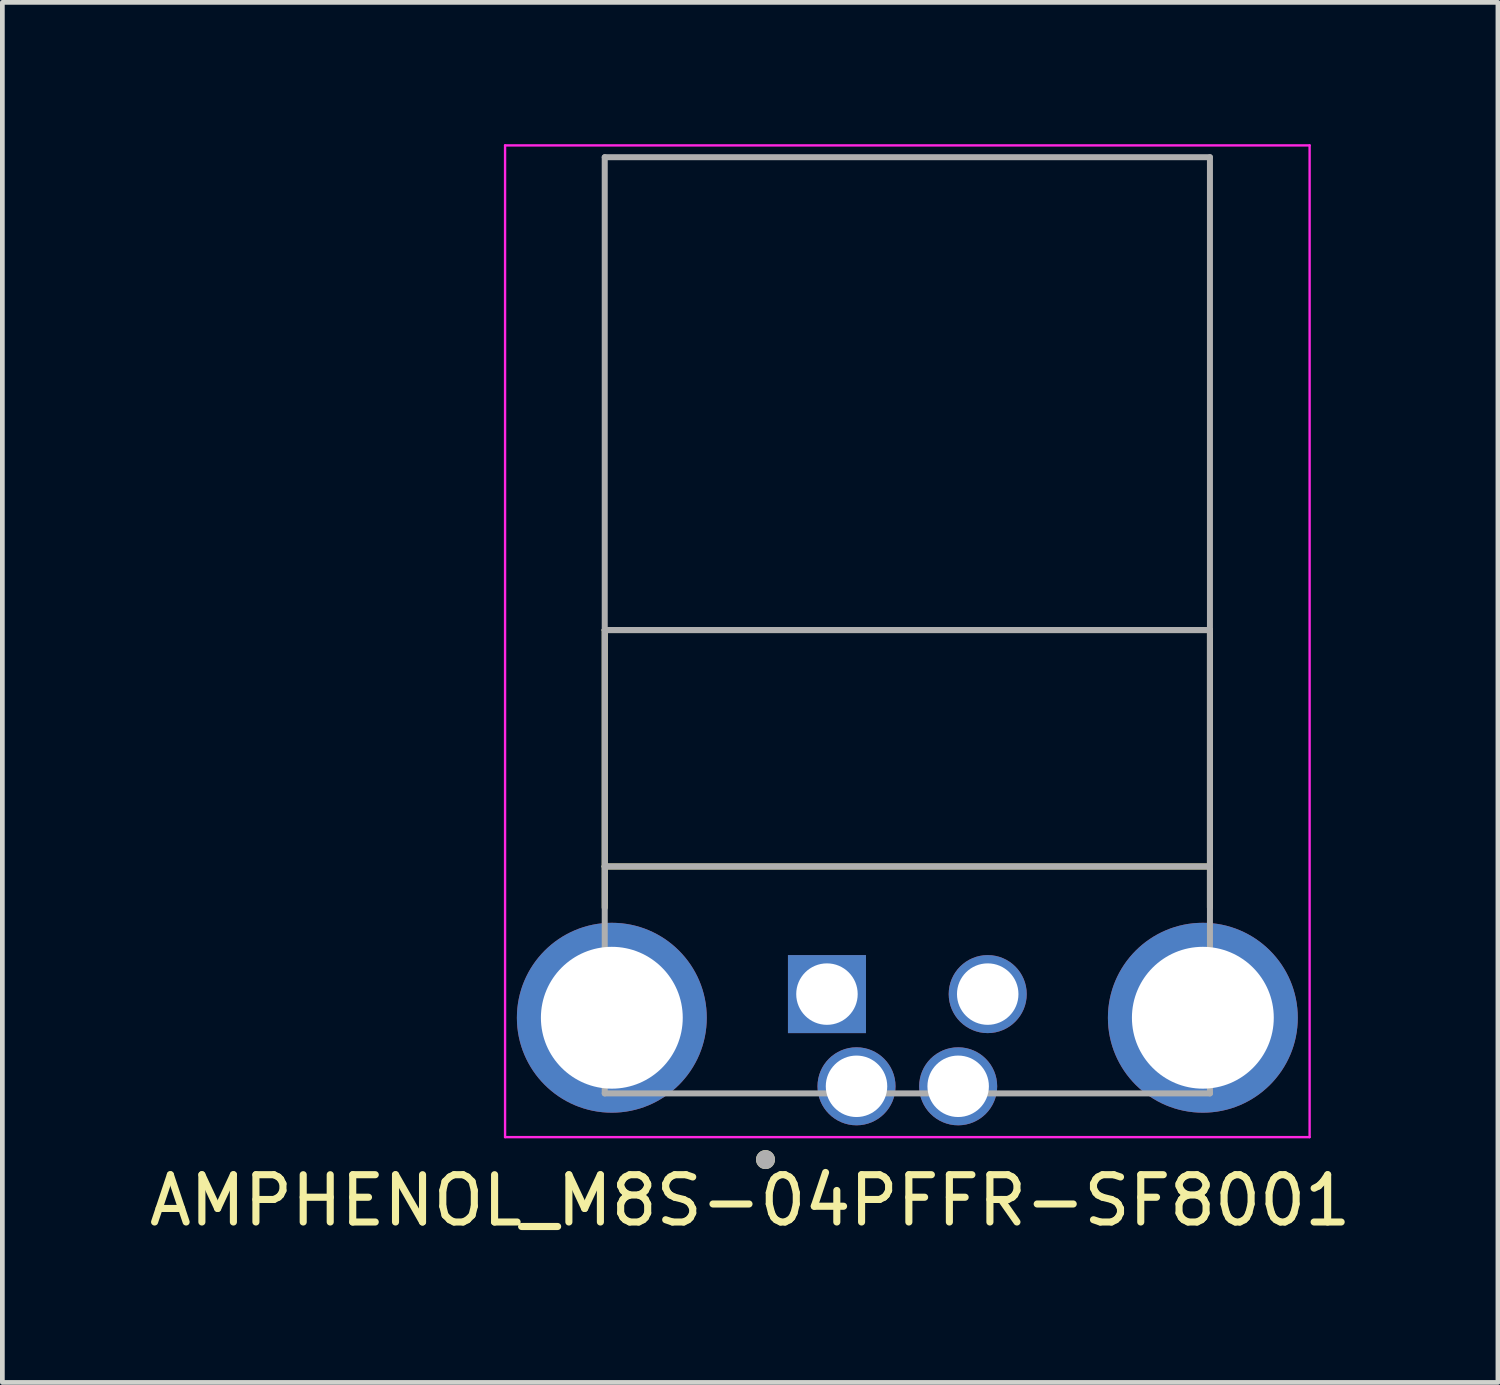
<source format=kicad_pcb>
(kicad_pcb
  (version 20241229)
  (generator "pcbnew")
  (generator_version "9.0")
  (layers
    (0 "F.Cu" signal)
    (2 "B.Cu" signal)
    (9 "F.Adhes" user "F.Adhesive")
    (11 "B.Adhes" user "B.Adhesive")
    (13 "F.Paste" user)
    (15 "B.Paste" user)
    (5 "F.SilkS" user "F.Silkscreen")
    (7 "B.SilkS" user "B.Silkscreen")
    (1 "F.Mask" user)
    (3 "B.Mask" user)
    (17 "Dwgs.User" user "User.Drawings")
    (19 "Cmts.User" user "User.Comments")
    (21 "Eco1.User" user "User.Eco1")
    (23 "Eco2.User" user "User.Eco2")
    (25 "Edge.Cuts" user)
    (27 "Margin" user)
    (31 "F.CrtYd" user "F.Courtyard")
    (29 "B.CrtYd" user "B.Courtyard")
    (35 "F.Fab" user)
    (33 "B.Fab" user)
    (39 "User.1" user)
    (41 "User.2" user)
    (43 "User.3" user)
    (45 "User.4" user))
  (footprint "AMPHENOL_M8S-04PFFR-SF8001"
    (layer "F.Cu")
    (at 16.14 18.475)
    (property "Reference" "AMPHENOL_M8S-04PFFR-SF8001" (at -3.325 3.865 0) (layer "F.SilkS") (effects (font (size 1 1) (thickness 0.15))))
    (attr through_hole)
    (fp_line (start -6.4 -8.2) (end 6.4 -8.2) (stroke (width 0.127) (type solid)) (layer "F.SilkS"))
    (fp_line (start -6.4 -3.2) (end -6.4 -8.2) (stroke (width 0.127) (type solid)) (layer "F.SilkS"))
    (fp_line (start -6.4 -3.2) (end 6.4 -3.2) (stroke (width 0.127) (type solid)) (layer "F.SilkS"))
    (fp_line (start -6.4 -2.328) (end -6.4 -3.2) (stroke (width 0.127) (type solid)) (layer "F.SilkS"))
    (fp_line (start 6.4 -8.2) (end 6.4 -3.2) (stroke (width 0.127) (type solid)) (layer "F.SilkS"))
    (fp_line (start 6.4 -3.2) (end 6.4 -2.328) (stroke (width 0.127) (type solid)) (layer "F.SilkS"))
    (fp_circle (center -3 3) (end -2.9 3) (stroke (width 0.2) (type solid)) (fill no) (layer "F.SilkS"))
    (fp_line (start -8.508 -18.45) (end -8.508 2.525) (stroke (width 0.05) (type solid)) (layer "F.CrtYd"))
    (fp_line (start -8.508 2.525) (end 8.508 2.525) (stroke (width 0.05) (type solid)) (layer "F.CrtYd"))
    (fp_line (start 8.508 -18.45) (end -8.508 -18.45) (stroke (width 0.05) (type solid)) (layer "F.CrtYd"))
    (fp_line (start 8.508 2.525) (end 8.508 -18.45) (stroke (width 0.05) (type solid)) (layer "F.CrtYd"))
    (fp_line (start -6.4 -18.2) (end 6.4 -18.2) (stroke (width 0.127) (type solid)) (layer "F.Fab"))
    (fp_line (start -6.4 -8.2) (end -6.4 -18.2) (stroke (width 0.127) (type solid)) (layer "F.Fab"))
    (fp_line (start -6.4 -8.2) (end 6.4 -8.2) (stroke (width 0.127) (type solid)) (layer "F.Fab"))
    (fp_line (start -6.4 -3.2) (end -6.4 -8.2) (stroke (width 0.127) (type solid)) (layer "F.Fab"))
    (fp_line (start -6.4 -3.2) (end 6.4 -3.2) (stroke (width 0.127) (type solid)) (layer "F.Fab"))
    (fp_line (start -6.4 1.6) (end -6.4 -3.2) (stroke (width 0.127) (type solid)) (layer "F.Fab"))
    (fp_line (start 6.4 -18.2) (end 6.4 -8.2) (stroke (width 0.127) (type solid)) (layer "F.Fab"))
    (fp_line (start 6.4 -8.2) (end 6.4 -3.2) (stroke (width 0.127) (type solid)) (layer "F.Fab"))
    (fp_line (start 6.4 -3.2) (end 6.4 1.6) (stroke (width 0.127) (type solid)) (layer "F.Fab"))
    (fp_line (start 6.4 1.6) (end -6.4 1.6) (stroke (width 0.127) (type solid)) (layer "F.Fab"))
    (fp_circle (center -3 3) (end -2.9 3) (stroke (width 0.2) (type solid)) (fill no) (layer "F.Fab"))
    (pad "1" thru_hole rect (at -1.7 -0.5) (size 1.65 1.65) (drill 1.3) (layers "*.Cu" "*.Mask"))
    (pad "2" thru_hole circle (at -1.075 1.45) (size 1.65 1.65) (drill 1.3) (layers "*.Cu" "*.Mask"))
    (pad "3" thru_hole circle (at 1.7 -0.5) (size 1.65 1.65) (drill 1.3) (layers "*.Cu" "*.Mask"))
    (pad "4" thru_hole circle (at 1.075 1.45) (size 1.65 1.65) (drill 1.3) (layers "*.Cu" "*.Mask"))
    (pad "G1" thru_hole circle (at -6.25 0) (size 4.016 4.016) (drill 3) (layers "*.Cu" "*.Mask"))
    (pad "G2" thru_hole circle (at 6.25 0) (size 4.016 4.016) (drill 3) (layers "*.Cu" "*.Mask")))
  (gr_rect
    (start -3 -3)
    (end 28.631 26.188)
    (stroke (width 0.1) (type default))
    (fill no)
    (layer "Edge.Cuts")))
</source>
